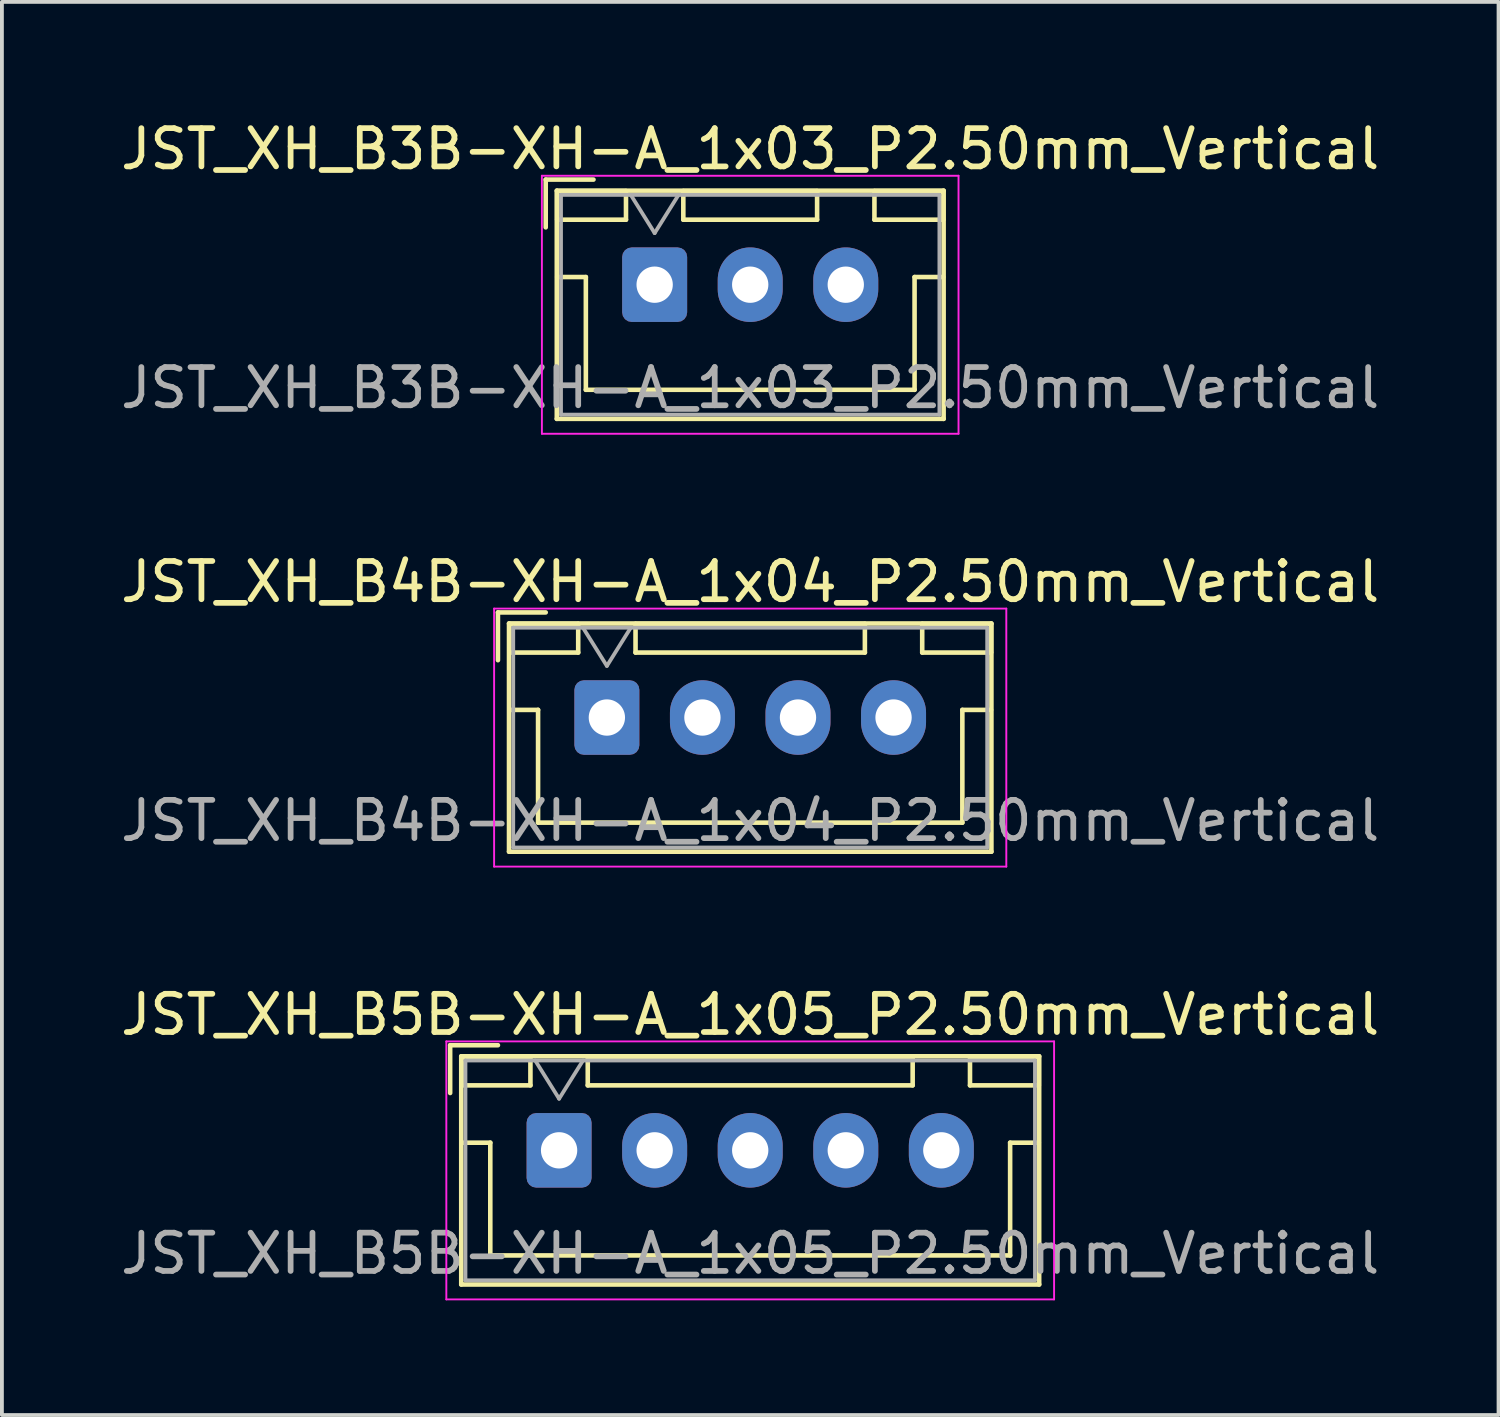
<source format=kicad_pcb>
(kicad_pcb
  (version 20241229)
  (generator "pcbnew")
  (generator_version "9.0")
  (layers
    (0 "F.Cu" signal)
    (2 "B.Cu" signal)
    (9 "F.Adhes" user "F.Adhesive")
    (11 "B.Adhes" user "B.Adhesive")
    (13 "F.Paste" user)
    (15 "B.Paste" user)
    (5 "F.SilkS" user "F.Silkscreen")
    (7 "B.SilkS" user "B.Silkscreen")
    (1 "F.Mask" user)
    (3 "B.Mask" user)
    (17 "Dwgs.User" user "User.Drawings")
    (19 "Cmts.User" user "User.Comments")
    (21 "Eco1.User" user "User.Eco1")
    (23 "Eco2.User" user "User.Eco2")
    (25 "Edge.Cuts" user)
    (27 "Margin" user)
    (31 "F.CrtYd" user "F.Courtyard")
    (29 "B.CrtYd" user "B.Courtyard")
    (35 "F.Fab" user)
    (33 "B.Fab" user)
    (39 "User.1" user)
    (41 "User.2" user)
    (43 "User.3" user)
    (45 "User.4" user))
  (footprint "JST_XH_B5B-XH-A_1x05_P2.50mm_Vertical"
    (layer "F.Cu")
    (at 11.577 27.045)
    (property "Reference" "JST_XH_B5B-XH-A_1x05_P2.50mm_Vertical" (at 5 -3.55 0) (layer "F.SilkS") (effects (font (size 1 1) (thickness 0.15))))
    (attr through_hole)
    (fp_line (start -2.85 -2.75) (end -2.85 -1.5) (stroke (width 0.12) (type solid)) (layer "F.SilkS"))
    (fp_line (start -2.56 -2.46) (end -2.56 3.51) (stroke (width 0.12) (type solid)) (layer "F.SilkS"))
    (fp_line (start -2.56 3.51) (end 12.56 3.51) (stroke (width 0.12) (type solid)) (layer "F.SilkS"))
    (fp_line (start -2.55 -2.45) (end -2.55 -1.7) (stroke (width 0.12) (type solid)) (layer "F.SilkS"))
    (fp_line (start -2.55 -1.7) (end -0.75 -1.7) (stroke (width 0.12) (type solid)) (layer "F.SilkS"))
    (fp_line (start -2.55 -0.2) (end -1.8 -0.2) (stroke (width 0.12) (type solid)) (layer "F.SilkS"))
    (fp_line (start -1.8 -0.2) (end -1.8 2.75) (stroke (width 0.12) (type solid)) (layer "F.SilkS"))
    (fp_line (start -1.8 2.75) (end 5 2.75) (stroke (width 0.12) (type solid)) (layer "F.SilkS"))
    (fp_line (start -1.6 -2.75) (end -2.85 -2.75) (stroke (width 0.12) (type solid)) (layer "F.SilkS"))
    (fp_line (start -0.75 -2.45) (end -2.55 -2.45) (stroke (width 0.12) (type solid)) (layer "F.SilkS"))
    (fp_line (start -0.75 -1.7) (end -0.75 -2.45) (stroke (width 0.12) (type solid)) (layer "F.SilkS"))
    (fp_line (start 0.75 -2.45) (end 0.75 -1.7) (stroke (width 0.12) (type solid)) (layer "F.SilkS"))
    (fp_line (start 0.75 -1.7) (end 9.25 -1.7) (stroke (width 0.12) (type solid)) (layer "F.SilkS"))
    (fp_line (start 9.25 -2.45) (end 0.75 -2.45) (stroke (width 0.12) (type solid)) (layer "F.SilkS"))
    (fp_line (start 9.25 -1.7) (end 9.25 -2.45) (stroke (width 0.12) (type solid)) (layer "F.SilkS"))
    (fp_line (start 10.75 -2.45) (end 10.75 -1.7) (stroke (width 0.12) (type solid)) (layer "F.SilkS"))
    (fp_line (start 10.75 -1.7) (end 12.55 -1.7) (stroke (width 0.12) (type solid)) (layer "F.SilkS"))
    (fp_line (start 11.8 -0.2) (end 11.8 2.75) (stroke (width 0.12) (type solid)) (layer "F.SilkS"))
    (fp_line (start 11.8 2.75) (end 5 2.75) (stroke (width 0.12) (type solid)) (layer "F.SilkS"))
    (fp_line (start 12.55 -2.45) (end 10.75 -2.45) (stroke (width 0.12) (type solid)) (layer "F.SilkS"))
    (fp_line (start 12.55 -1.7) (end 12.55 -2.45) (stroke (width 0.12) (type solid)) (layer "F.SilkS"))
    (fp_line (start 12.55 -0.2) (end 11.8 -0.2) (stroke (width 0.12) (type solid)) (layer "F.SilkS"))
    (fp_line (start 12.56 -2.46) (end -2.56 -2.46) (stroke (width 0.12) (type solid)) (layer "F.SilkS"))
    (fp_line (start 12.56 3.51) (end 12.56 -2.46) (stroke (width 0.12) (type solid)) (layer "F.SilkS"))
    (fp_line (start -2.95 -2.85) (end -2.95 3.9) (stroke (width 0.05) (type solid)) (layer "F.CrtYd"))
    (fp_line (start -2.95 3.9) (end 12.95 3.9) (stroke (width 0.05) (type solid)) (layer "F.CrtYd"))
    (fp_line (start 12.95 -2.85) (end -2.95 -2.85) (stroke (width 0.05) (type solid)) (layer "F.CrtYd"))
    (fp_line (start 12.95 3.9) (end 12.95 -2.85) (stroke (width 0.05) (type solid)) (layer "F.CrtYd"))
    (fp_line (start -2.45 -2.35) (end -2.45 3.4) (stroke (width 0.1) (type solid)) (layer "F.Fab"))
    (fp_line (start -2.45 3.4) (end 12.45 3.4) (stroke (width 0.1) (type solid)) (layer "F.Fab"))
    (fp_line (start -0.625 -2.35) (end 0 -1.35) (stroke (width 0.1) (type solid)) (layer "F.Fab"))
    (fp_line (start 0 -1.35) (end 0.625 -2.35) (stroke (width 0.1) (type solid)) (layer "F.Fab"))
    (fp_line (start 12.45 -2.35) (end -2.45 -2.35) (stroke (width 0.1) (type solid)) (layer "F.Fab"))
    (fp_line (start 12.45 3.4) (end 12.45 -2.35) (stroke (width 0.1) (type solid)) (layer "F.Fab"))
    (fp_text user "${REFERENCE}" (at 5 2.7 0) (layer "F.Fab") (effects (font (size 1 1) (thickness 0.15))))
    (pad "1" thru_hole roundrect (at 0 0) (size 1.7 1.95) (drill 0.95) (layers "*.Cu" "*.Mask") (roundrect_rratio 0.147))
    (pad "2" thru_hole oval (at 2.5 0) (size 1.7 1.95) (drill 0.95) (layers "*.Cu" "*.Mask"))
    (pad "3" thru_hole oval (at 5 0) (size 1.7 1.95) (drill 0.95) (layers "*.Cu" "*.Mask"))
    (pad "4" thru_hole oval (at 7.5 0) (size 1.7 1.95) (drill 0.95) (layers "*.Cu" "*.Mask"))
    (pad "5" thru_hole oval (at 10 0) (size 1.7 1.95) (drill 0.95) (layers "*.Cu" "*.Mask")))
  (footprint "JST_XH_B4B-XH-A_1x04_P2.50mm_Vertical"
    (layer "F.Cu")
    (at 12.827 15.722)
    (property "Reference" "JST_XH_B4B-XH-A_1x04_P2.50mm_Vertical" (at 3.75 -3.55 0) (layer "F.SilkS") (effects (font (size 1 1) (thickness 0.15))))
    (attr through_hole)
    (fp_line (start -2.85 -2.75) (end -2.85 -1.5) (stroke (width 0.12) (type solid)) (layer "F.SilkS"))
    (fp_line (start -2.56 -2.46) (end -2.56 3.51) (stroke (width 0.12) (type solid)) (layer "F.SilkS"))
    (fp_line (start -2.56 3.51) (end 10.06 3.51) (stroke (width 0.12) (type solid)) (layer "F.SilkS"))
    (fp_line (start -2.55 -2.45) (end -2.55 -1.7) (stroke (width 0.12) (type solid)) (layer "F.SilkS"))
    (fp_line (start -2.55 -1.7) (end -0.75 -1.7) (stroke (width 0.12) (type solid)) (layer "F.SilkS"))
    (fp_line (start -2.55 -0.2) (end -1.8 -0.2) (stroke (width 0.12) (type solid)) (layer "F.SilkS"))
    (fp_line (start -1.8 -0.2) (end -1.8 2.75) (stroke (width 0.12) (type solid)) (layer "F.SilkS"))
    (fp_line (start -1.8 2.75) (end 3.75 2.75) (stroke (width 0.12) (type solid)) (layer "F.SilkS"))
    (fp_line (start -1.6 -2.75) (end -2.85 -2.75) (stroke (width 0.12) (type solid)) (layer "F.SilkS"))
    (fp_line (start -0.75 -2.45) (end -2.55 -2.45) (stroke (width 0.12) (type solid)) (layer "F.SilkS"))
    (fp_line (start -0.75 -1.7) (end -0.75 -2.45) (stroke (width 0.12) (type solid)) (layer "F.SilkS"))
    (fp_line (start 0.75 -2.45) (end 0.75 -1.7) (stroke (width 0.12) (type solid)) (layer "F.SilkS"))
    (fp_line (start 0.75 -1.7) (end 6.75 -1.7) (stroke (width 0.12) (type solid)) (layer "F.SilkS"))
    (fp_line (start 6.75 -2.45) (end 0.75 -2.45) (stroke (width 0.12) (type solid)) (layer "F.SilkS"))
    (fp_line (start 6.75 -1.7) (end 6.75 -2.45) (stroke (width 0.12) (type solid)) (layer "F.SilkS"))
    (fp_line (start 8.25 -2.45) (end 8.25 -1.7) (stroke (width 0.12) (type solid)) (layer "F.SilkS"))
    (fp_line (start 8.25 -1.7) (end 10.05 -1.7) (stroke (width 0.12) (type solid)) (layer "F.SilkS"))
    (fp_line (start 9.3 -0.2) (end 9.3 2.75) (stroke (width 0.12) (type solid)) (layer "F.SilkS"))
    (fp_line (start 9.3 2.75) (end 3.75 2.75) (stroke (width 0.12) (type solid)) (layer "F.SilkS"))
    (fp_line (start 10.05 -2.45) (end 8.25 -2.45) (stroke (width 0.12) (type solid)) (layer "F.SilkS"))
    (fp_line (start 10.05 -1.7) (end 10.05 -2.45) (stroke (width 0.12) (type solid)) (layer "F.SilkS"))
    (fp_line (start 10.05 -0.2) (end 9.3 -0.2) (stroke (width 0.12) (type solid)) (layer "F.SilkS"))
    (fp_line (start 10.06 -2.46) (end -2.56 -2.46) (stroke (width 0.12) (type solid)) (layer "F.SilkS"))
    (fp_line (start 10.06 3.51) (end 10.06 -2.46) (stroke (width 0.12) (type solid)) (layer "F.SilkS"))
    (fp_line (start -2.95 -2.85) (end -2.95 3.9) (stroke (width 0.05) (type solid)) (layer "F.CrtYd"))
    (fp_line (start -2.95 3.9) (end 10.45 3.9) (stroke (width 0.05) (type solid)) (layer "F.CrtYd"))
    (fp_line (start 10.45 -2.85) (end -2.95 -2.85) (stroke (width 0.05) (type solid)) (layer "F.CrtYd"))
    (fp_line (start 10.45 3.9) (end 10.45 -2.85) (stroke (width 0.05) (type solid)) (layer "F.CrtYd"))
    (fp_line (start -2.45 -2.35) (end -2.45 3.4) (stroke (width 0.1) (type solid)) (layer "F.Fab"))
    (fp_line (start -2.45 3.4) (end 9.95 3.4) (stroke (width 0.1) (type solid)) (layer "F.Fab"))
    (fp_line (start -0.625 -2.35) (end 0 -1.35) (stroke (width 0.1) (type solid)) (layer "F.Fab"))
    (fp_line (start 0 -1.35) (end 0.625 -2.35) (stroke (width 0.1) (type solid)) (layer "F.Fab"))
    (fp_line (start 9.95 -2.35) (end -2.45 -2.35) (stroke (width 0.1) (type solid)) (layer "F.Fab"))
    (fp_line (start 9.95 3.4) (end 9.95 -2.35) (stroke (width 0.1) (type solid)) (layer "F.Fab"))
    (fp_text user "${REFERENCE}" (at 3.75 2.7 0) (layer "F.Fab") (effects (font (size 1 1) (thickness 0.15))))
    (pad "1" thru_hole roundrect (at 0 0) (size 1.7 1.95) (drill 0.95) (layers "*.Cu" "*.Mask") (roundrect_rratio 0.147))
    (pad "2" thru_hole oval (at 2.5 0) (size 1.7 1.95) (drill 0.95) (layers "*.Cu" "*.Mask"))
    (pad "3" thru_hole oval (at 5 0) (size 1.7 1.95) (drill 0.95) (layers "*.Cu" "*.Mask"))
    (pad "4" thru_hole oval (at 7.5 0) (size 1.7 1.95) (drill 0.95) (layers "*.Cu" "*.Mask")))
  (footprint "JST_XH_B3B-XH-A_1x03_P2.50mm_Vertical"
    (layer "F.Cu")
    (at 14.077 4.398)
    (property "Reference" "JST_XH_B3B-XH-A_1x03_P2.50mm_Vertical" (at 2.5 -3.55 0) (layer "F.SilkS") (effects (font (size 1 1) (thickness 0.15))))
    (attr through_hole)
    (fp_line (start -2.85 -2.75) (end -2.85 -1.5) (stroke (width 0.12) (type solid)) (layer "F.SilkS"))
    (fp_line (start -2.56 -2.46) (end -2.56 3.51) (stroke (width 0.12) (type solid)) (layer "F.SilkS"))
    (fp_line (start -2.56 3.51) (end 7.56 3.51) (stroke (width 0.12) (type solid)) (layer "F.SilkS"))
    (fp_line (start -2.55 -2.45) (end -2.55 -1.7) (stroke (width 0.12) (type solid)) (layer "F.SilkS"))
    (fp_line (start -2.55 -1.7) (end -0.75 -1.7) (stroke (width 0.12) (type solid)) (layer "F.SilkS"))
    (fp_line (start -2.55 -0.2) (end -1.8 -0.2) (stroke (width 0.12) (type solid)) (layer "F.SilkS"))
    (fp_line (start -1.8 -0.2) (end -1.8 2.75) (stroke (width 0.12) (type solid)) (layer "F.SilkS"))
    (fp_line (start -1.8 2.75) (end 2.5 2.75) (stroke (width 0.12) (type solid)) (layer "F.SilkS"))
    (fp_line (start -1.6 -2.75) (end -2.85 -2.75) (stroke (width 0.12) (type solid)) (layer "F.SilkS"))
    (fp_line (start -0.75 -2.45) (end -2.55 -2.45) (stroke (width 0.12) (type solid)) (layer "F.SilkS"))
    (fp_line (start -0.75 -1.7) (end -0.75 -2.45) (stroke (width 0.12) (type solid)) (layer "F.SilkS"))
    (fp_line (start 0.75 -2.45) (end 0.75 -1.7) (stroke (width 0.12) (type solid)) (layer "F.SilkS"))
    (fp_line (start 0.75 -1.7) (end 4.25 -1.7) (stroke (width 0.12) (type solid)) (layer "F.SilkS"))
    (fp_line (start 4.25 -2.45) (end 0.75 -2.45) (stroke (width 0.12) (type solid)) (layer "F.SilkS"))
    (fp_line (start 4.25 -1.7) (end 4.25 -2.45) (stroke (width 0.12) (type solid)) (layer "F.SilkS"))
    (fp_line (start 5.75 -2.45) (end 5.75 -1.7) (stroke (width 0.12) (type solid)) (layer "F.SilkS"))
    (fp_line (start 5.75 -1.7) (end 7.55 -1.7) (stroke (width 0.12) (type solid)) (layer "F.SilkS"))
    (fp_line (start 6.8 -0.2) (end 6.8 2.75) (stroke (width 0.12) (type solid)) (layer "F.SilkS"))
    (fp_line (start 6.8 2.75) (end 2.5 2.75) (stroke (width 0.12) (type solid)) (layer "F.SilkS"))
    (fp_line (start 7.55 -2.45) (end 5.75 -2.45) (stroke (width 0.12) (type solid)) (layer "F.SilkS"))
    (fp_line (start 7.55 -1.7) (end 7.55 -2.45) (stroke (width 0.12) (type solid)) (layer "F.SilkS"))
    (fp_line (start 7.55 -0.2) (end 6.8 -0.2) (stroke (width 0.12) (type solid)) (layer "F.SilkS"))
    (fp_line (start 7.56 -2.46) (end -2.56 -2.46) (stroke (width 0.12) (type solid)) (layer "F.SilkS"))
    (fp_line (start 7.56 3.51) (end 7.56 -2.46) (stroke (width 0.12) (type solid)) (layer "F.SilkS"))
    (fp_line (start -2.95 -2.85) (end -2.95 3.9) (stroke (width 0.05) (type solid)) (layer "F.CrtYd"))
    (fp_line (start -2.95 3.9) (end 7.95 3.9) (stroke (width 0.05) (type solid)) (layer "F.CrtYd"))
    (fp_line (start 7.95 -2.85) (end -2.95 -2.85) (stroke (width 0.05) (type solid)) (layer "F.CrtYd"))
    (fp_line (start 7.95 3.9) (end 7.95 -2.85) (stroke (width 0.05) (type solid)) (layer "F.CrtYd"))
    (fp_line (start -2.45 -2.35) (end -2.45 3.4) (stroke (width 0.1) (type solid)) (layer "F.Fab"))
    (fp_line (start -2.45 3.4) (end 7.45 3.4) (stroke (width 0.1) (type solid)) (layer "F.Fab"))
    (fp_line (start -0.625 -2.35) (end 0 -1.35) (stroke (width 0.1) (type solid)) (layer "F.Fab"))
    (fp_line (start 0 -1.35) (end 0.625 -2.35) (stroke (width 0.1) (type solid)) (layer "F.Fab"))
    (fp_line (start 7.45 -2.35) (end -2.45 -2.35) (stroke (width 0.1) (type solid)) (layer "F.Fab"))
    (fp_line (start 7.45 3.4) (end 7.45 -2.35) (stroke (width 0.1) (type solid)) (layer "F.Fab"))
    (fp_text user "${REFERENCE}" (at 2.5 2.7 0) (layer "F.Fab") (effects (font (size 1 1) (thickness 0.15))))
    (pad "1" thru_hole roundrect (at 0 0) (size 1.7 1.95) (drill 0.95) (layers "*.Cu" "*.Mask") (roundrect_rratio 0.147))
    (pad "2" thru_hole oval (at 2.5 0) (size 1.7 1.95) (drill 0.95) (layers "*.Cu" "*.Mask"))
    (pad "3" thru_hole oval (at 5 0) (size 1.7 1.95) (drill 0.95) (layers "*.Cu" "*.Mask")))
  (gr_rect
    (start -3 -3)
    (end 36.155 33.97)
    (stroke (width 0.1) (type default))
    (fill no)
    (layer "Edge.Cuts")))
</source>
